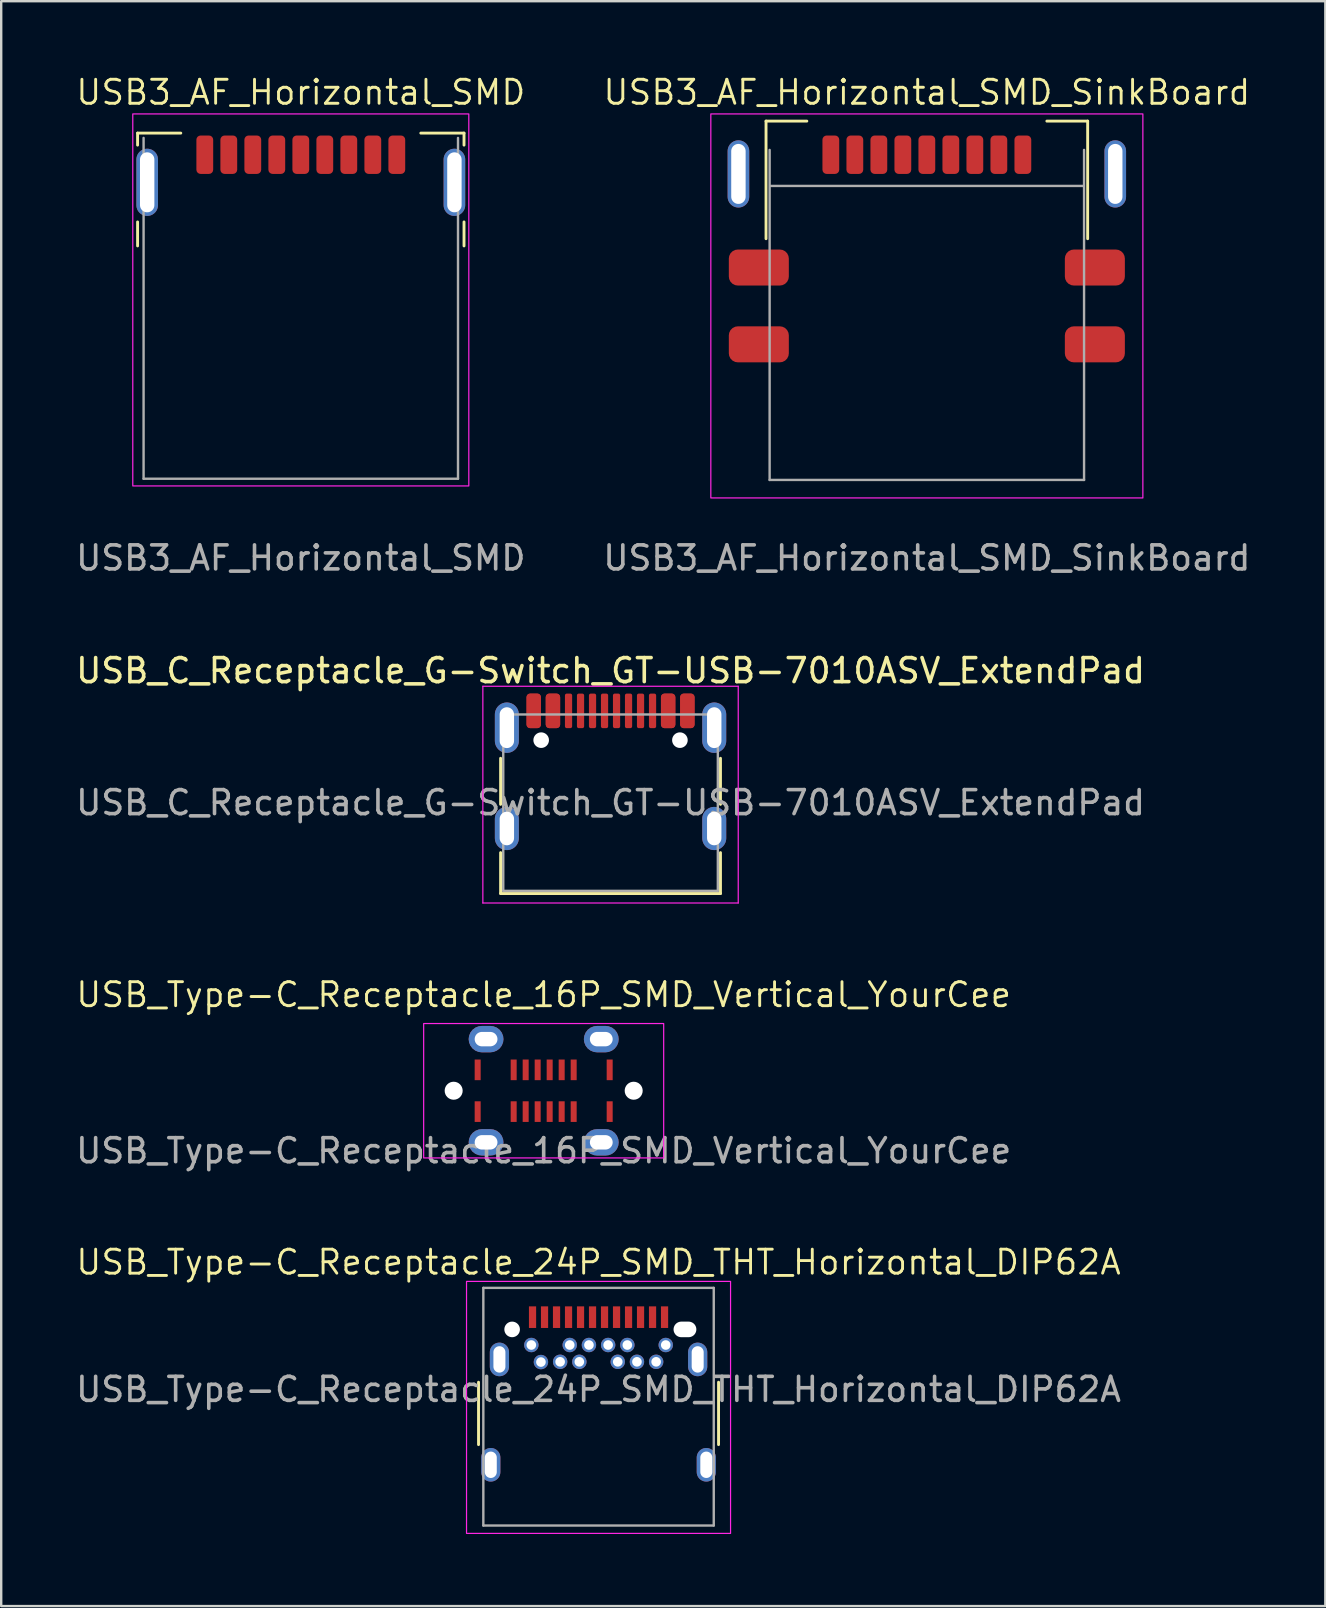
<source format=kicad_pcb>
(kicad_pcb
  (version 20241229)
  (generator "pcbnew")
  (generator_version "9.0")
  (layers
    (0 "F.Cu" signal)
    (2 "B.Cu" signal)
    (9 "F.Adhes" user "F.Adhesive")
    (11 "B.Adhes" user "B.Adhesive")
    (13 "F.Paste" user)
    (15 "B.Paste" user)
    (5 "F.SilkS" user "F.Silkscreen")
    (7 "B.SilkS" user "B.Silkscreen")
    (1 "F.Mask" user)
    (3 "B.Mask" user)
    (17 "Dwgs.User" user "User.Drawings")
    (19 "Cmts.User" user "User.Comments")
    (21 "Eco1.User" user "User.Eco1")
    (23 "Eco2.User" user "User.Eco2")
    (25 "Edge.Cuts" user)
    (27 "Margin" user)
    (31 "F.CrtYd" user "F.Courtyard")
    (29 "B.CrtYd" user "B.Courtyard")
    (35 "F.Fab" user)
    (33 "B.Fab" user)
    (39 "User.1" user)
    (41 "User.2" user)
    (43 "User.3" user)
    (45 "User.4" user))
  (footprint "USB3_AF_Horizontal_SMD"
    (layer "F.Cu")
    (at 9.482 4.196)
    (property "Reference" "USB3_AF_Horizontal_SMD" (at 0 -3.4 0) (unlocked yes) (layer "F.SilkS") (effects (font (size 1 1) (thickness 0.12))))
    (attr smd)
    (fp_line (start -6.8 -1.7) (end -6.8 -1.2) (stroke (width 0.12) (type default)) (layer "F.SilkS"))
    (fp_line (start -6.8 2) (end -6.8 3) (stroke (width 0.12) (type default)) (layer "F.SilkS"))
    (fp_line (start -5 -1.7) (end -6.8 -1.7) (stroke (width 0.12) (type default)) (layer "F.SilkS"))
    (fp_line (start 5 -1.7) (end 6.8 -1.7) (stroke (width 0.12) (type default)) (layer "F.SilkS"))
    (fp_line (start 6.8 -1.7) (end 6.8 -1.2) (stroke (width 0.12) (type default)) (layer "F.SilkS"))
    (fp_line (start 6.8 2) (end 6.8 3) (stroke (width 0.12) (type default)) (layer "F.SilkS"))
    (fp_rect (start -7 -2.5) (end 7 13) (stroke (width 0.05) (type default)) (fill no) (layer "F.CrtYd"))
    (fp_line (start -6.55 -1.5) (end -6.55 12.7) (stroke (width 0.1) (type default)) (layer "F.Fab"))
    (fp_line (start -6.55 12.7) (end 6.55 12.7) (stroke (width 0.1) (type default)) (layer "F.Fab"))
    (fp_line (start 6.55 12.7) (end 6.55 -1.5) (stroke (width 0.1) (type default)) (layer "F.Fab"))
    (fp_text user "${REFERENCE}" (at 0 16 0) (unlocked yes) (layer "F.Fab") (effects (font (size 1 1) (thickness 0.15))))
    (pad "1" smd roundrect (at -3 -0.8) (size 0.7 1.6) (layers "F.Cu" "F.Mask" "F.Paste") (roundrect_rratio 0.25))
    (pad "2" smd roundrect (at -1 -0.8) (size 0.7 1.6) (layers "F.Cu" "F.Mask" "F.Paste") (roundrect_rratio 0.25))
    (pad "3" smd roundrect (at 1 -0.8) (size 0.7 1.6) (layers "F.Cu" "F.Mask" "F.Paste") (roundrect_rratio 0.25))
    (pad "4" smd roundrect (at 3 -0.8) (size 0.7 1.6) (layers "F.Cu" "F.Mask" "F.Paste") (roundrect_rratio 0.25))
    (pad "5" smd roundrect (at 4 -0.8) (size 0.7 1.6) (layers "F.Cu" "F.Mask" "F.Paste") (roundrect_rratio 0.25))
    (pad "6" smd roundrect (at 2 -0.8) (size 0.7 1.6) (layers "F.Cu" "F.Mask" "F.Paste") (roundrect_rratio 0.25))
    (pad "7" smd roundrect (at 0 -0.8) (size 0.7 1.6) (layers "F.Cu" "F.Mask" "F.Paste") (roundrect_rratio 0.25))
    (pad "8" smd roundrect (at -2 -0.8) (size 0.7 1.6) (layers "F.Cu" "F.Mask" "F.Paste") (roundrect_rratio 0.25))
    (pad "9" smd roundrect (at -4 -0.8) (size 0.7 1.6) (layers "F.Cu" "F.Mask" "F.Paste") (roundrect_rratio 0.25))
    (pad "10" thru_hole oval (at -6.4 0.35) (size 0.9 2.8) (drill oval 0.6 2.5) (layers "*.Cu" "*.Mask"))
    (pad "10" thru_hole oval (at 6.4 0.35) (size 0.9 2.8) (drill oval 0.6 2.5) (layers "*.Cu" "*.Mask")))
  (footprint "USB_Type-C_Receptacle_16P_SMD_Vertical_YourCee"
    (layer "F.Cu")
    (at 19.601 42.393)
    (property "Reference" "USB_Type-C_Receptacle_16P_SMD_Vertical_YourCee" (at 0 -4 0) (unlocked yes) (layer "F.SilkS") (effects (font (size 1 1) (thickness 0.12))))
    (attr smd)
    (fp_rect (start -5 -2.8) (end 5 2.8) (stroke (width 0.05) (type default)) (fill no) (layer "F.CrtYd"))
    (fp_text user "${REFERENCE}" (at 0 2.5 0) (unlocked yes) (layer "F.Fab") (effects (font (size 1 1) (thickness 0.15))))
    (pad "" np_thru_hole circle (at -3.75 0) (size 0.75 0.75) (drill 0.75) (layers "*.Cu" "*.Mask"))
    (pad "" np_thru_hole circle (at 3.75 0) (size 0.75 0.75) (drill 0.75) (layers "*.Cu" "*.Mask"))
    (pad "A1" smd rect (at -2.75 -0.87) (size 0.25 0.86) (layers "F.Cu" "F.Mask" "F.Paste"))
    (pad "A4" smd rect (at -1.25 -0.87) (size 0.25 0.86) (layers "F.Cu" "F.Mask" "F.Paste"))
    (pad "A5" smd rect (at -0.75 -0.87) (size 0.25 0.86) (layers "F.Cu" "F.Mask" "F.Paste"))
    (pad "A6" smd rect (at -0.25 -0.87) (size 0.25 0.86) (layers "F.Cu" "F.Mask" "F.Paste"))
    (pad "A7" smd rect (at 0.25 -0.87) (size 0.25 0.86) (layers "F.Cu" "F.Mask" "F.Paste"))
    (pad "A8" smd rect (at 0.75 -0.87) (size 0.25 0.86) (layers "F.Cu" "F.Mask" "F.Paste"))
    (pad "A9" smd rect (at 1.25 -0.87) (size 0.25 0.86) (layers "F.Cu" "F.Mask" "F.Paste"))
    (pad "A12" smd rect (at 2.75 -0.87) (size 0.25 0.86) (layers "F.Cu" "F.Mask" "F.Paste"))
    (pad "B1" smd rect (at 2.75 0.87) (size 0.25 0.86) (layers "F.Cu" "F.Mask" "F.Paste"))
    (pad "B4" smd rect (at 1.25 0.87) (size 0.25 0.86) (layers "F.Cu" "F.Mask" "F.Paste"))
    (pad "B5" smd rect (at 0.75 0.87) (size 0.25 0.86) (layers "F.Cu" "F.Mask" "F.Paste"))
    (pad "B6" smd rect (at 0.25 0.87) (size 0.25 0.86) (layers "F.Cu" "F.Mask" "F.Paste"))
    (pad "B7" smd rect (at -0.25 0.87) (size 0.25 0.86) (layers "F.Cu" "F.Mask" "F.Paste"))
    (pad "B8" smd rect (at -0.75 0.87) (size 0.25 0.86) (layers "F.Cu" "F.Mask" "F.Paste"))
    (pad "B9" smd rect (at -1.25 0.87) (size 0.25 0.86) (layers "F.Cu" "F.Mask" "F.Paste"))
    (pad "B12" smd rect (at -2.75 0.87) (size 0.25 0.86) (layers "F.Cu" "F.Mask" "F.Paste"))
    (pad "S1" thru_hole roundrect (at -2.4 -2.15) (size 1.45 1.1) (drill oval 0.95 0.6) (layers "*.Cu" "*.Mask") (roundrect_rratio 0.5))
    (pad "S1" thru_hole roundrect (at -2.4 2.15) (size 1.45 1.1) (drill oval 0.95 0.6) (layers "*.Cu" "*.Mask") (roundrect_rratio 0.5))
    (pad "S1" thru_hole roundrect (at 2.4 -2.15) (size 1.45 1.1) (drill oval 0.95 0.6) (layers "*.Cu" "*.Mask") (roundrect_rratio 0.5))
    (pad "S1" thru_hole roundrect (at 2.4 2.15) (size 1.45 1.1) (drill oval 0.95 0.6) (layers "*.Cu" "*.Mask") (roundrect_rratio 0.5)))
  (footprint "USB_Type-C_Receptacle_24P_SMD_THT_Horizontal_DIP62A"
    (layer "F.Cu")
    (at 21.887 52.337)
    (property "Reference" "USB_Type-C_Receptacle_24P_SMD_THT_Horizontal_DIP62A" (at 0 -2.8 0) (unlocked yes) (layer "F.SilkS") (effects (font (size 1 1) (thickness 0.12))))
    (attr smd)
    (fp_line (start -5 4.8) (end -5 2.2) (stroke (width 0.12) (type default)) (layer "F.SilkS"))
    (fp_line (start 5 4.8) (end 5 2.2) (stroke (width 0.12) (type default)) (layer "F.SilkS"))
    (fp_rect (start -5.5 -2) (end 5.5 8.5) (stroke (width 0.05) (type default)) (fill no) (layer "F.CrtYd"))
    (fp_line (start -4.8 -1.73) (end 4.8 -1.73) (stroke (width 0.1) (type default)) (layer "F.Fab"))
    (fp_line (start -4.8 8.17) (end -4.8 -1.73) (stroke (width 0.1) (type default)) (layer "F.Fab"))
    (fp_line (start -4.8 8.17) (end 4.8 8.17) (stroke (width 0.1) (type default)) (layer "F.Fab"))
    (fp_line (start 4.8 8.17) (end 4.8 -1.73) (stroke (width 0.1) (type default)) (layer "F.Fab"))
    (fp_text user "${REFERENCE}" (at 0 2.5 0) (unlocked yes) (layer "F.Fab") (effects (font (size 1 1) (thickness 0.15))))
    (pad "" np_thru_hole circle (at -3.6 0) (size 0.65 0.65) (drill 0.65) (layers "*.Cu" "*.Mask"))
    (pad "" np_thru_hole oval (at 3.6 0) (size 0.95 0.65) (drill oval 0.95 0.65) (layers "*.Cu" "*.Mask"))
    (pad "A1" smd rect (at -2.75 -0.51) (size 0.3 0.9) (layers "F.Cu" "F.Mask" "F.Paste"))
    (pad "A2" smd rect (at -2.25 -0.51) (size 0.3 0.9) (layers "F.Cu" "F.Mask" "F.Paste"))
    (pad "A3" smd rect (at -1.75 -0.51) (size 0.3 0.9) (layers "F.Cu" "F.Mask" "F.Paste"))
    (pad "A4" smd rect (at -1.25 -0.51) (size 0.3 0.9) (layers "F.Cu" "F.Mask" "F.Paste"))
    (pad "A5" smd rect (at -0.75 -0.51) (size 0.3 0.9) (layers "F.Cu" "F.Mask" "F.Paste"))
    (pad "A6" smd rect (at -0.25 -0.51) (size 0.3 0.9) (layers "F.Cu" "F.Mask" "F.Paste"))
    (pad "A7" smd rect (at 0.25 -0.51) (size 0.3 0.9) (layers "F.Cu" "F.Mask" "F.Paste"))
    (pad "A8" smd rect (at 0.75 -0.51) (size 0.3 0.9) (layers "F.Cu" "F.Mask" "F.Paste"))
    (pad "A9" smd rect (at 1.25 -0.51) (size 0.3 0.9) (layers "F.Cu" "F.Mask" "F.Paste"))
    (pad "A10" smd rect (at 1.75 -0.51) (size 0.3 0.9) (layers "F.Cu" "F.Mask" "F.Paste"))
    (pad "A11" smd rect (at 2.25 -0.51) (size 0.3 0.9) (layers "F.Cu" "F.Mask" "F.Paste"))
    (pad "A12" smd rect (at 2.75 -0.51) (size 0.3 0.9) (layers "F.Cu" "F.Mask" "F.Paste"))
    (pad "B1" thru_hole circle (at 2.8 0.65) (size 0.6 0.6) (drill 0.4) (layers "*.Cu" "*.Mask"))
    (pad "B2" thru_hole circle (at 2.4 1.35) (size 0.6 0.6) (drill 0.4) (layers "*.Cu" "*.Mask"))
    (pad "B3" thru_hole circle (at 1.6 1.35) (size 0.6 0.6) (drill 0.4) (layers "*.Cu" "*.Mask"))
    (pad "B4" thru_hole circle (at 1.2 0.65) (size 0.6 0.6) (drill 0.4) (layers "*.Cu" "*.Mask"))
    (pad "B5" thru_hole circle (at 0.8 1.35) (size 0.6 0.6) (drill 0.4) (layers "*.Cu" "*.Mask"))
    (pad "B6" thru_hole circle (at 0.4 0.65) (size 0.6 0.6) (drill 0.4) (layers "*.Cu" "*.Mask"))
    (pad "B7" thru_hole circle (at -0.4 0.65) (size 0.6 0.6) (drill 0.4) (layers "*.Cu" "*.Mask"))
    (pad "B8" thru_hole circle (at -0.8 1.35) (size 0.6 0.6) (drill 0.4) (layers "*.Cu" "*.Mask"))
    (pad "B9" thru_hole circle (at -1.2 0.65) (size 0.6 0.6) (drill 0.4) (layers "*.Cu" "*.Mask"))
    (pad "B10" thru_hole circle (at -1.6 1.35) (size 0.6 0.6) (drill 0.4) (layers "*.Cu" "*.Mask"))
    (pad "B11" thru_hole circle (at -2.4 1.36) (size 0.6 0.6) (drill 0.4) (layers "*.Cu" "*.Mask"))
    (pad "B12" thru_hole circle (at -2.8 0.65) (size 0.6 0.6) (drill 0.4) (layers "*.Cu" "*.Mask"))
    (pad "S1" thru_hole oval (at -4.49 5.64) (size 0.8 1.4) (drill oval 0.5 1.1) (layers "*.Cu" "*.Mask"))
    (pad "S1" thru_hole oval (at -4.13 1.25) (size 0.8 1.4) (drill oval 0.5 1.1) (layers "*.Cu" "*.Mask"))
    (pad "S1" thru_hole oval (at 4.13 1.25) (size 0.8 1.4) (drill oval 0.5 1.1) (layers "*.Cu" "*.Mask"))
    (pad "S1" thru_hole oval (at 4.49 5.64) (size 0.8 1.4) (drill oval 0.5 1.1) (layers "*.Cu" "*.Mask")))
  (footprint "USB3_AF_Horizontal_SMD_SinkBoard"
    (layer "F.Cu")
    (at 35.565 4.196)
    (property "Reference" "USB3_AF_Horizontal_SMD_SinkBoard" (at 0 -3.4 0) (unlocked yes) (layer "F.SilkS") (effects (font (size 1 1) (thickness 0.12))))
    (attr smd)
    (fp_line (start -6.7 -2.2) (end -6.7 2.7) (stroke (width 0.12) (type default)) (layer "F.SilkS"))
    (fp_line (start -6.7 -2.2) (end -5 -2.2) (stroke (width 0.12) (type default)) (layer "F.SilkS"))
    (fp_line (start 6.7 -2.2) (end 5 -2.2) (stroke (width 0.12) (type default)) (layer "F.SilkS"))
    (fp_line (start 6.7 2.7) (end 6.7 -2.2) (stroke (width 0.12) (type default)) (layer "F.SilkS"))
    (fp_rect (start -9 -2.5) (end 9 13.5) (stroke (width 0.05) (type default)) (fill no) (layer "F.CrtYd"))
    (fp_line (start -6.55 -1) (end -6.55 12.75) (stroke (width 0.1) (type default)) (layer "F.Fab"))
    (fp_line (start -6.55 12.75) (end 6.55 12.75) (stroke (width 0.1) (type default)) (layer "F.Fab"))
    (fp_line (start -6.5 0.5) (end 6.5 0.5) (stroke (width 0.1) (type default)) (layer "F.Fab"))
    (fp_line (start 6.55 -1) (end 6.55 12.75) (stroke (width 0.1) (type default)) (layer "F.Fab"))
    (fp_text user "${REFERENCE}" (at 0 16 0) (unlocked yes) (layer "F.Fab") (effects (font (size 1 1) (thickness 0.15))))
    (pad "1" smd roundrect (at -3 -0.8) (size 0.7 1.6) (layers "F.Cu" "F.Mask" "F.Paste") (roundrect_rratio 0.25))
    (pad "2" smd roundrect (at -1 -0.8) (size 0.7 1.6) (layers "F.Cu" "F.Mask" "F.Paste") (roundrect_rratio 0.25))
    (pad "3" smd roundrect (at 1 -0.8) (size 0.7 1.6) (layers "F.Cu" "F.Mask" "F.Paste") (roundrect_rratio 0.25))
    (pad "4" smd roundrect (at 3 -0.8) (size 0.7 1.6) (layers "F.Cu" "F.Mask" "F.Paste") (roundrect_rratio 0.25))
    (pad "5" smd roundrect (at 4 -0.8) (size 0.7 1.6) (layers "F.Cu" "F.Mask" "F.Paste") (roundrect_rratio 0.25))
    (pad "6" smd roundrect (at 2 -0.8) (size 0.7 1.6) (layers "F.Cu" "F.Mask" "F.Paste") (roundrect_rratio 0.25))
    (pad "7" smd roundrect (at 0 -0.8) (size 0.7 1.6) (layers "F.Cu" "F.Mask" "F.Paste") (roundrect_rratio 0.25))
    (pad "8" smd roundrect (at -2 -0.8) (size 0.7 1.6) (layers "F.Cu" "F.Mask" "F.Paste") (roundrect_rratio 0.25))
    (pad "9" smd roundrect (at -4 -0.8) (size 0.7 1.6) (layers "F.Cu" "F.Mask" "F.Paste") (roundrect_rratio 0.25))
    (pad "10" thru_hole oval (at -7.85 0) (size 0.9 2.8) (drill oval 0.6 2.5) (layers "*.Cu" "*.Mask"))
    (pad "10" smd roundrect (at -7 3.9) (size 2.5 1.5) (layers "F.Cu" "F.Mask" "F.Paste") (roundrect_rratio 0.25))
    (pad "10" smd roundrect (at -7 7.1) (size 2.5 1.5) (layers "F.Cu" "F.Mask" "F.Paste") (roundrect_rratio 0.25))
    (pad "10" smd roundrect (at 7 3.9) (size 2.5 1.5) (layers "F.Cu" "F.Mask" "F.Paste") (roundrect_rratio 0.25))
    (pad "10" smd roundrect (at 7 7.1) (size 2.5 1.5) (layers "F.Cu" "F.Mask" "F.Paste") (roundrect_rratio 0.25))
    (pad "10" thru_hole oval (at 7.85 0) (size 0.9 2.8) (drill oval 0.6 2.5) (layers "*.Cu" "*.Mask")))
  (footprint "USB_C_Receptacle_G-Switch_GT-USB-7010ASV_ExtendPad"
    (layer "F.Cu")
    (at 22.387 30.392)
    (property "Reference" "USB_C_Receptacle_G-Switch_GT-USB-7010ASV_ExtendPad" (at 0 -5.5 0) (layer "F.SilkS") (effects (font (size 1 1) (thickness 0.15))))
    (attr smd)
    (fp_line (start -4.58 -1.85) (end -4.58 0.07) (stroke (width 0.12) (type solid)) (layer "F.SilkS"))
    (fp_line (start -4.58 3.785) (end -4.58 2.08) (stroke (width 0.12) (type solid)) (layer "F.SilkS"))
    (fp_line (start 4.58 0.07) (end 4.58 -1.85) (stroke (width 0.12) (type solid)) (layer "F.SilkS"))
    (fp_line (start 4.58 2.08) (end 4.58 3.785) (stroke (width 0.12) (type solid)) (layer "F.SilkS"))
    (fp_line (start 4.58 3.785) (end -4.58 3.785) (stroke (width 0.12) (type solid)) (layer "F.SilkS"))
    (fp_line (start -5.32 -4.85) (end 5.32 -4.85) (stroke (width 0.05) (type solid)) (layer "F.CrtYd"))
    (fp_line (start -5.32 4.18) (end -5.32 -4.85) (stroke (width 0.05) (type solid)) (layer "F.CrtYd"))
    (fp_line (start 5.32 -4.85) (end 5.32 4.18) (stroke (width 0.05) (type solid)) (layer "F.CrtYd"))
    (fp_line (start 5.32 4.18) (end -5.32 4.18) (stroke (width 0.05) (type solid)) (layer "F.CrtYd"))
    (fp_line (start -4.47 -3.675) (end -4.47 3.675) (stroke (width 0.1) (type solid)) (layer "F.Fab"))
    (fp_line (start -4.47 -3.675) (end 4.47 -3.675) (stroke (width 0.1) (type solid)) (layer "F.Fab"))
    (fp_line (start -4.47 3.675) (end 4.47 3.675) (stroke (width 0.1) (type solid)) (layer "F.Fab"))
    (fp_line (start 4.47 3.675) (end 4.47 -3.675) (stroke (width 0.1) (type solid)) (layer "F.Fab"))
    (fp_text user "${REFERENCE}" (at 0 0 0) (layer "F.Fab") (effects (font (size 1 1) (thickness 0.15))))
    (pad "" np_thru_hole circle (at -2.89 -2.605) (size 0.65 0.65) (drill 0.65) (layers "*.Cu" "*.Mask"))
    (pad "" np_thru_hole circle (at 2.89 -2.605) (size 0.65 0.65) (drill 0.65) (layers "*.Cu" "*.Mask"))
    (pad "A1" smd roundrect (at -3.2 -3.825) (size 0.6 1.44) (layers "F.Cu" "F.Mask" "F.Paste") (roundrect_rratio 0.25))
    (pad "A4" smd roundrect (at -2.4 -3.825) (size 0.6 1.44) (layers "F.Cu" "F.Mask" "F.Paste") (roundrect_rratio 0.25))
    (pad "A5" smd roundrect (at -1.25 -3.825) (size 0.3 1.44) (layers "F.Cu" "F.Mask" "F.Paste") (roundrect_rratio 0.25))
    (pad "A6" smd roundrect (at -0.25 -3.825) (size 0.3 1.44) (layers "F.Cu" "F.Mask" "F.Paste") (roundrect_rratio 0.25))
    (pad "A7" smd roundrect (at 0.25 -3.825) (size 0.3 1.44) (layers "F.Cu" "F.Mask" "F.Paste") (roundrect_rratio 0.25))
    (pad "A8" smd roundrect (at 1.25 -3.825) (size 0.3 1.44) (layers "F.Cu" "F.Mask" "F.Paste") (roundrect_rratio 0.25))
    (pad "A9" smd roundrect (at 2.4 -3.825) (size 0.6 1.44) (layers "F.Cu" "F.Mask" "F.Paste") (roundrect_rratio 0.25))
    (pad "A12" smd roundrect (at 3.2 -3.825) (size 0.6 1.44) (layers "F.Cu" "F.Mask" "F.Paste") (roundrect_rratio 0.25))
    (pad "B1" smd roundrect (at 3.2 -3.825) (size 0.6 1.44) (layers "F.Cu" "F.Mask" "F.Paste") (roundrect_rratio 0.25))
    (pad "B4" smd roundrect (at 2.4 -3.825) (size 0.6 1.44) (layers "F.Cu" "F.Mask" "F.Paste") (roundrect_rratio 0.25))
    (pad "B5" smd roundrect (at 1.75 -3.825) (size 0.3 1.44) (layers "F.Cu" "F.Mask" "F.Paste") (roundrect_rratio 0.25))
    (pad "B6" smd roundrect (at 0.75 -3.825) (size 0.3 1.44) (layers "F.Cu" "F.Mask" "F.Paste") (roundrect_rratio 0.25))
    (pad "B7" smd roundrect (at -0.75 -3.825) (size 0.3 1.44) (layers "F.Cu" "F.Mask" "F.Paste") (roundrect_rratio 0.25))
    (pad "B8" smd roundrect (at -1.75 -3.825) (size 0.3 1.44) (layers "F.Cu" "F.Mask" "F.Paste") (roundrect_rratio 0.25))
    (pad "B9" smd roundrect (at -2.4 -3.825) (size 0.6 1.44) (layers "F.Cu" "F.Mask" "F.Paste") (roundrect_rratio 0.25))
    (pad "B12" smd roundrect (at -3.2 -3.825) (size 0.6 1.44) (layers "F.Cu" "F.Mask" "F.Paste") (roundrect_rratio 0.25))
    (pad "S1" thru_hole oval (at -4.32 -3.125) (size 1 2.1) (drill oval 0.6 1.7) (property pad_prop_heatsink) (layers "*.Cu" "*.Mask"))
    (pad "S1" thru_hole oval (at -4.32 1.075) (size 1 1.8) (drill oval 0.6 1.4) (property pad_prop_heatsink) (layers "*.Cu" "*.Mask"))
    (pad "S1" thru_hole oval (at 4.32 -3.125) (size 1 2.1) (drill oval 0.6 1.7) (property pad_prop_heatsink) (layers "*.Cu" "*.Mask"))
    (pad "S1" thru_hole oval (at 4.32 1.075) (size 1 1.8) (drill oval 0.6 1.4) (property pad_prop_heatsink) (layers "*.Cu" "*.Mask")))
  (gr_rect
    (start -3 -3)
    (end 52.167 63.862)
    (stroke (width 0.1) (type default))
    (fill no)
    (layer "Edge.Cuts")))
</source>
